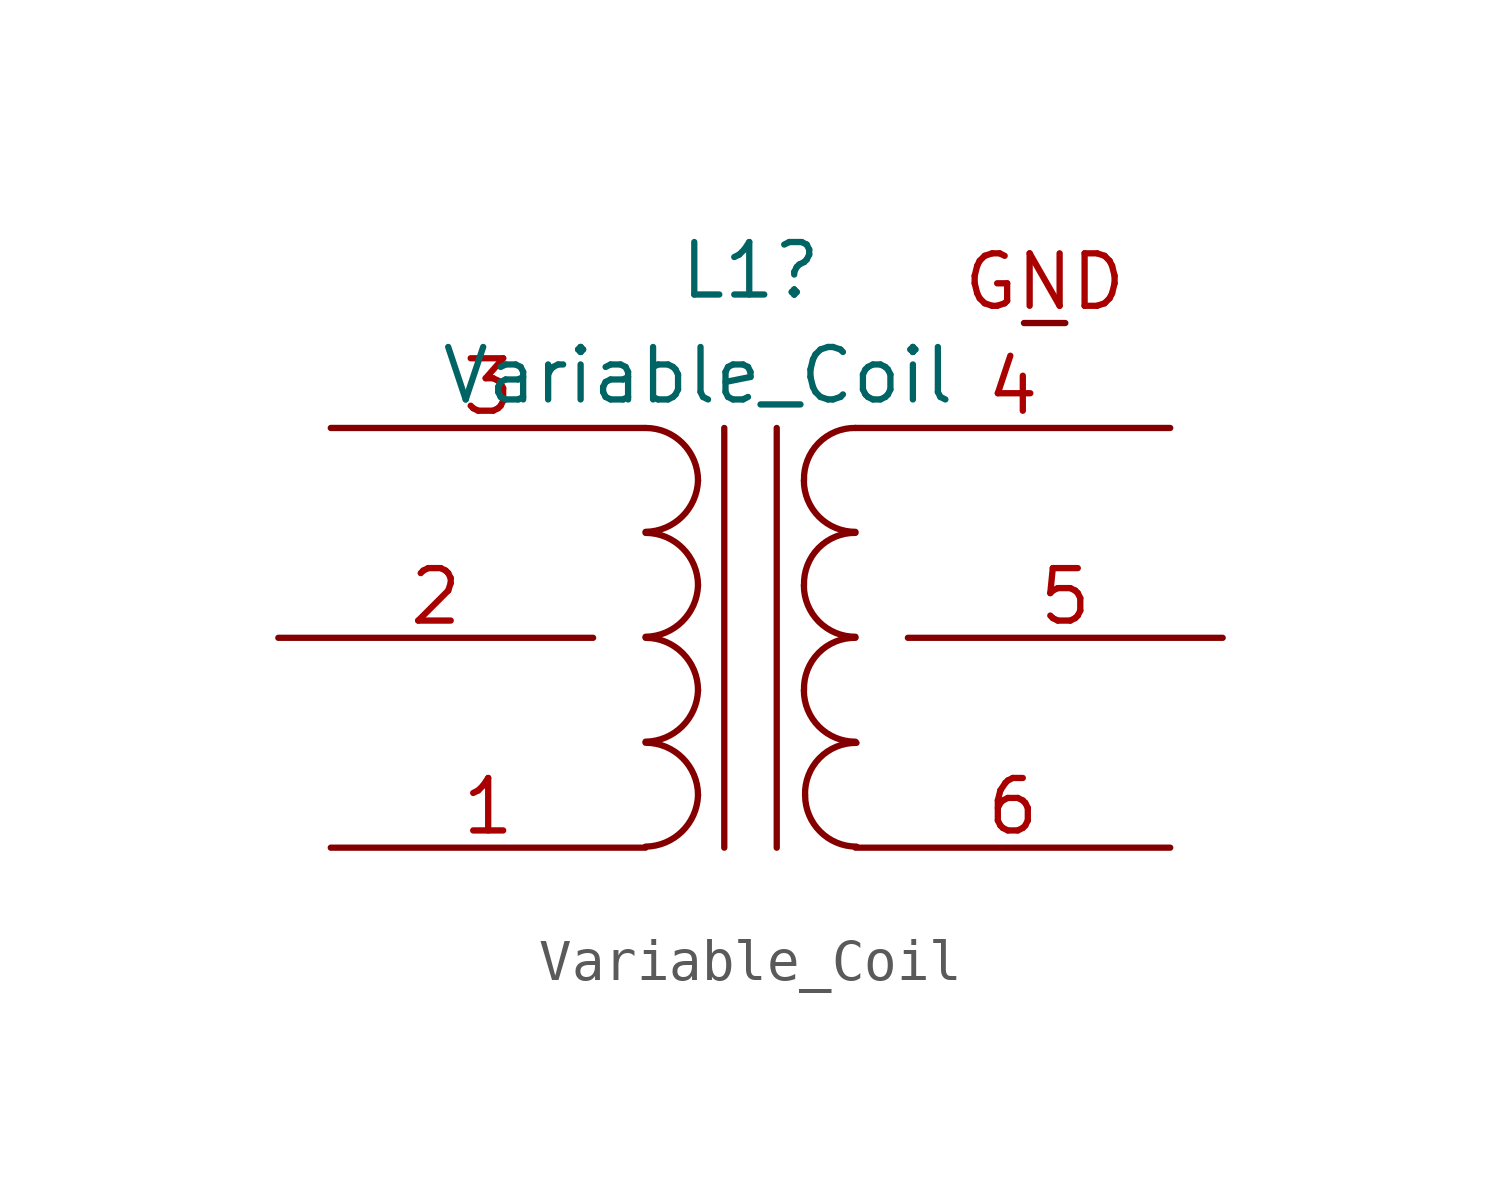
<source format=kicad_sym>
(kicad_symbol_lib
  (version 20211014)
  (generator kicad_symbol_editor)
  (symbol "Variable_Coil"
    (pin_names
      (offset 1.016) hide)
    (property "Reference" "L1"
      (at 0 8.89 0)
      (effects (font (size 1.27 1.27))))
    (property "Value" "Variable_Coil"
      (at -1.27 6.35 0)
      (effects (font (size 1.27 1.27))))
    (symbol "Variable_Coil_0_1"
      (arc (start -2.54 -5.0546) (mid -1.6561 -4.6863) (end -1.27 -3.81) (stroke (width 0) (type default) (color 0 0 0 0)) (fill (type none)))
      (arc (start -2.54 -2.5146) (mid -1.6561 -2.1463) (end -1.27 -1.27) (stroke (width 0) (type default) (color 0 0 0 0)) (fill (type none)))
      (arc (start -2.54 0.0254) (mid -1.6561 0.3937) (end -1.27 1.27) (stroke (width 0) (type default) (color 0 0 0 0)) (fill (type none)))
      (arc (start -2.54 2.5654) (mid -1.6561 2.9337) (end -1.27 3.81) (stroke (width 0) (type default) (color 0 0 0 0)) (fill (type none)))
      (arc (start -1.27 -3.81) (mid -1.642 -2.912) (end -2.54 -2.54) (stroke (width 0) (type default) (color 0 0 0 0)) (fill (type none)))
      (arc (start -1.27 -1.27) (mid -1.642 -0.372) (end -2.54 0) (stroke (width 0) (type default) (color 0 0 0 0)) (fill (type none)))
      (arc (start -1.27 1.27) (mid -1.642 2.168) (end -2.54 2.54) (stroke (width 0) (type default) (color 0 0 0 0)) (fill (type none)))
      (arc (start -1.27 3.81) (mid -1.642 4.708) (end -2.54 5.08) (stroke (width 0) (type default) (color 0 0 0 0)) (fill (type none)))
      (polyline (pts (xy -0.635 5.08) (xy -0.635 -5.08)) (stroke (width 0) (type default) (color 0 0 0 0)) (fill (type none)))
      (polyline (pts (xy 0.635 -5.08) (xy 0.635 5.08)) (stroke (width 0) (type default) (color 0 0 0 0)) (fill (type none)))
      (arc (start 1.2954 -1.27) (mid 1.6599 -2.1501) (end 2.54 -2.5146) (stroke (width 0) (type default) (color 0 0 0 0)) (fill (type none)))
      (arc (start 1.2954 1.27) (mid 1.6599 0.3899) (end 2.54 0.0254) (stroke (width 0) (type default) (color 0 0 0 0)) (fill (type none)))
      (arc (start 1.2954 3.81) (mid 1.6599 2.9299) (end 2.54 2.5654) (stroke (width 0) (type default) (color 0 0 0 0)) (fill (type none)))
      (arc (start 1.3208 -3.81) (mid 1.6853 -4.6901) (end 2.5654 -5.0546) (stroke (width 0) (type default) (color 0 0 0 0)) (fill (type none)))
      (arc (start 2.54 0) (mid 1.6456 -0.3683) (end 1.2954 -1.27) (stroke (width 0) (type default) (color 0 0 0 0)) (fill (type none)))
      (arc (start 2.54 2.54) (mid 1.6456 2.1717) (end 1.2954 1.27) (stroke (width 0) (type default) (color 0 0 0 0)) (fill (type none)))
      (arc (start 2.54 5.08) (mid 1.6456 4.7117) (end 1.2954 3.81) (stroke (width 0) (type default) (color 0 0 0 0)) (fill (type none)))
      (arc (start 2.5654 -2.54) (mid 1.671 -2.9083) (end 1.3208 -3.81) (stroke (width 0) (type default) (color 0 0 0 0)) (fill (type none))))
    (symbol "Variable_Coil_1_1"
      (pin passive line (at -10.16 -5.08 0) (length 7.62) (name "AB" (effects (font (size 1.27 1.27)))) (number "1" (effects (font (size 1.27 1.27)))))
      (pin passive line (at -11.43 0 0) (length 7.62) (name "NC" (effects (font (size 1.27 1.27)))) (number "2" (effects (font (size 1.27 1.27)))))
      (pin passive line (at -10.16 5.08 0) (length 7.62) (name "AA" (effects (font (size 1.27 1.27)))) (number "3" (effects (font (size 1.27 1.27)))))
      (pin passive line (at 10.16 5.08 180) (length 7.62) (name "SB" (effects (font (size 1.27 1.27)))) (number "4" (effects (font (size 1.27 1.27)))))
      (pin passive line (at 11.43 0 180) (length 7.62) (name "NC" (effects (font (size 1.27 1.27)))) (number "5" (effects (font (size 1.27 1.27)))))
      (pin passive line (at 10.16 -5.08 180) (length 7.62) (name "SA" (effects (font (size 1.27 1.27)))) (number "6" (effects (font (size 1.27 1.27)))))
      (pin passive line (at 7.62 7.62 180) (length 1) (name "GND" (effects (font (size 1.27 1.27)))) (number "GND" (effects (font (size 1.27 1.27))))))))
</source>
